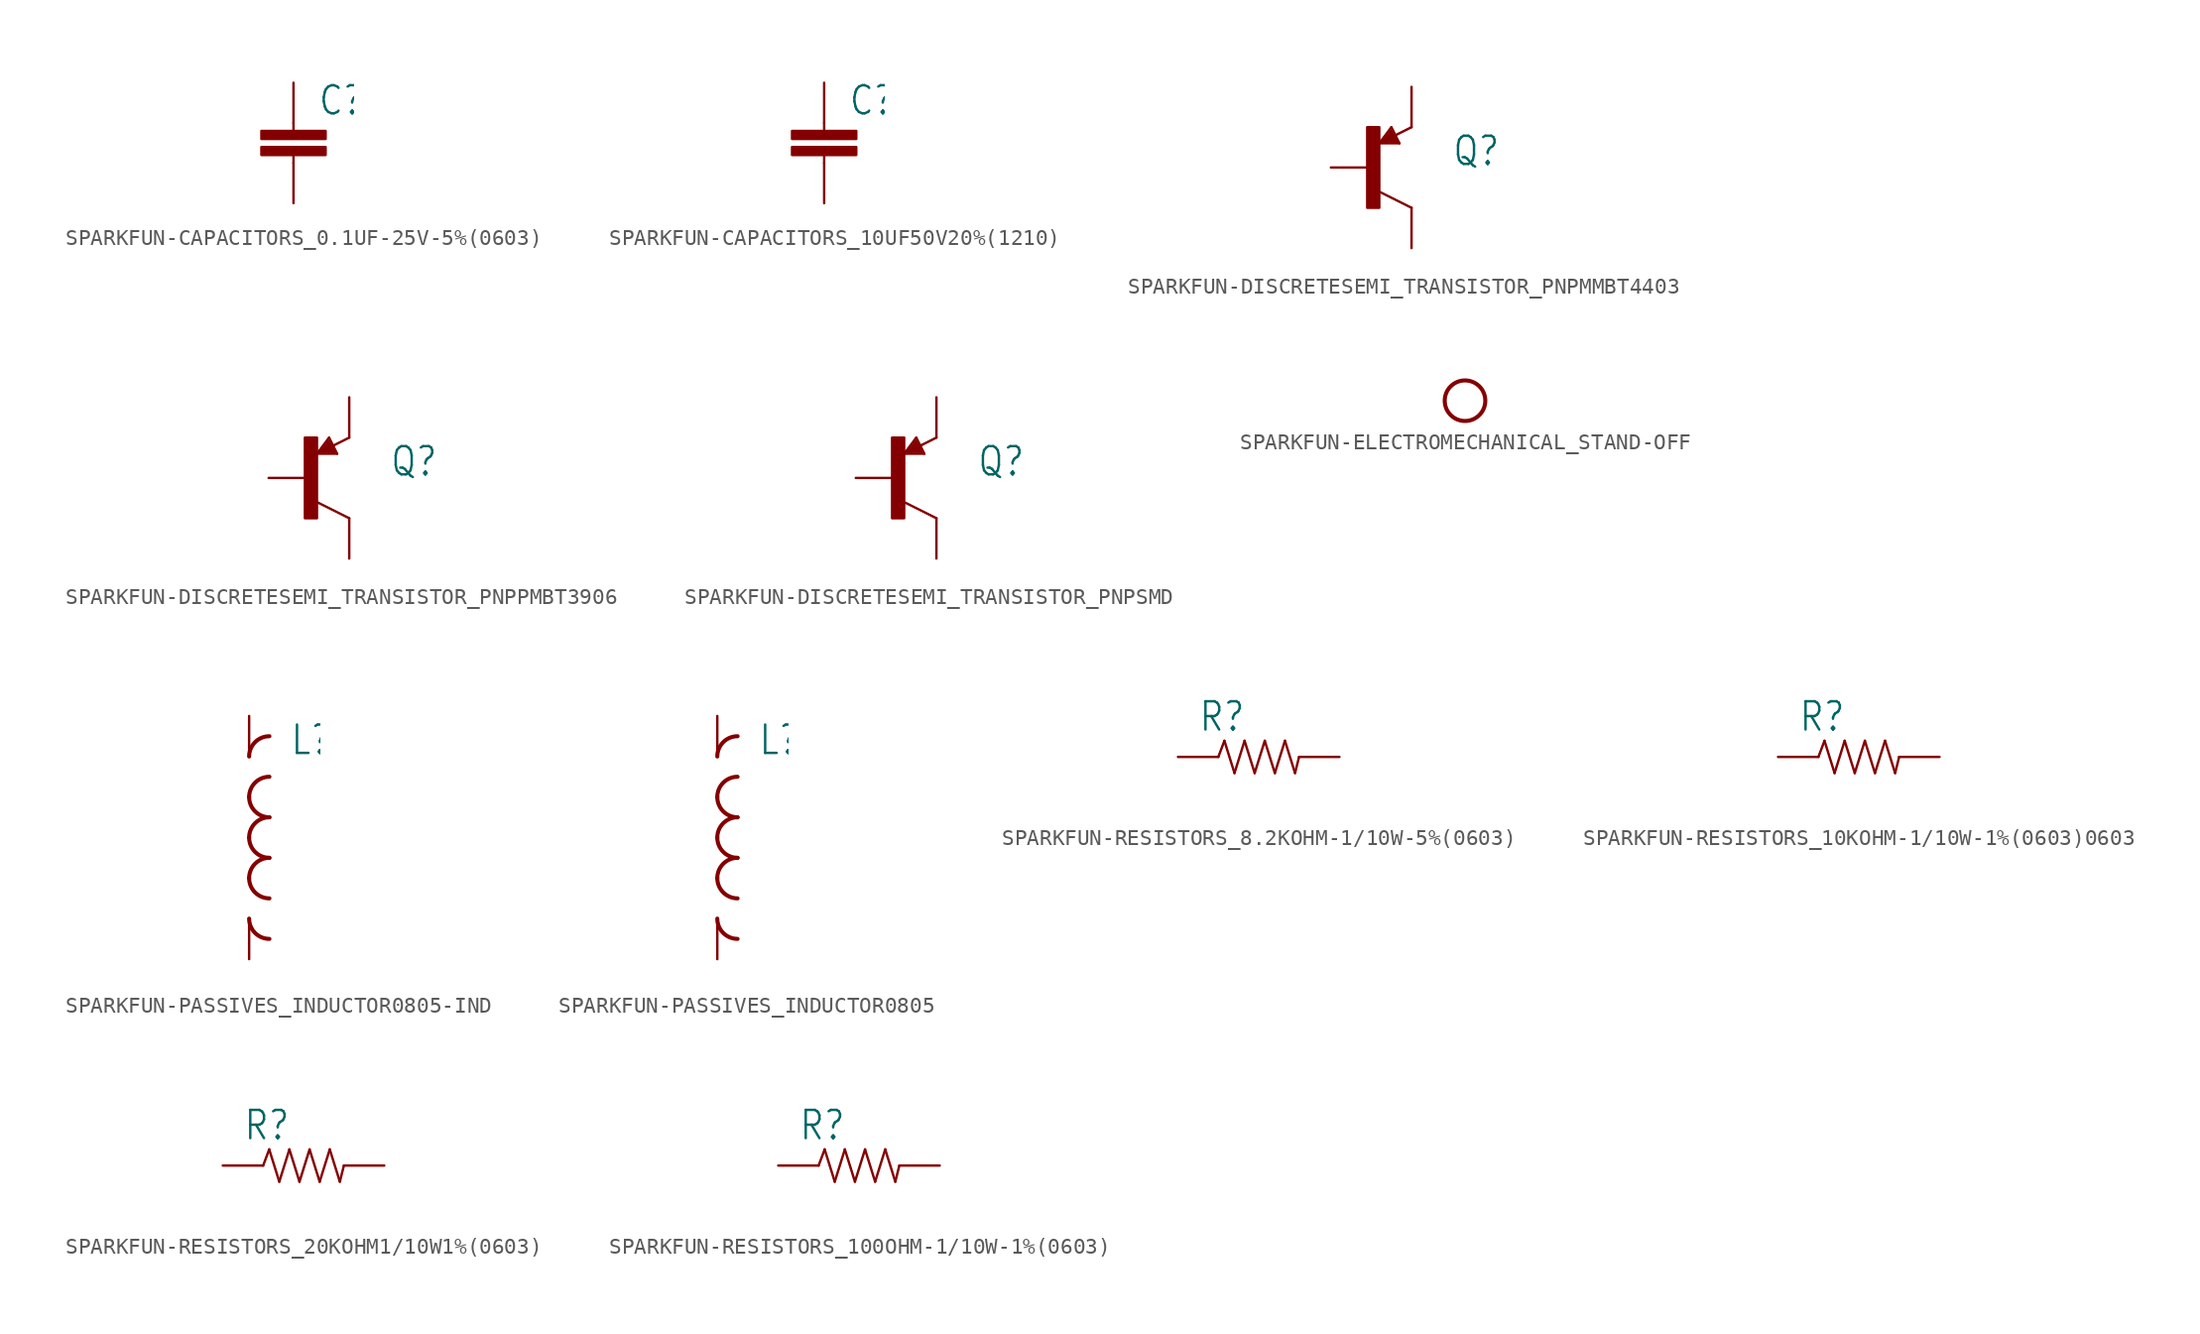
<source format=kicad_sym>
(kicad_symbol_lib
  (version 20241209)
  (generator "kicad_symbol_editor")
  (generator_version "9.0")
  (symbol "SPARKFUN-CAPACITORS_0.1UF-25V-5%(0603)"
    (property "Reference" "C"
      (at 1.524 2.921 0)
      (effects (font (size 1.778 1.511)) (justify left bottom)))
    (property "Value" ""
      (at 1.524 -2.159 0)
      (effects (font (size 1.778 1.511)) (justify left bottom)))
    (property "ki_locked" ""
      (at 0 0 0)
      (effects (font (size 1.27 1.27))))
    (symbol "SPARKFUN-CAPACITORS_0.1UF-25V-5%(0603)_1_0"
      (rectangle (start -2.032 1.524) (end 2.032 2.032) (stroke (width 0) (type default)) (fill (type outline)))
      (rectangle (start -2.032 0.508) (end 2.032 1.016) (stroke (width 0) (type default)) (fill (type outline)))
      (polyline (pts (xy 0 2.54) (xy 0 2.032)) (stroke (width 0.152) (type solid)) (fill (type none)))
      (polyline (pts (xy 0 0) (xy 0 0.508)) (stroke (width 0.152) (type solid)) (fill (type none)))
      (pin passive line (at 0 5.08 270) (length 2.54) (name "1" (effects (font (size 0 0)))) (number "1" (effects (font (size 0 0)))))
      (pin passive line (at 0 -2.54 90) (length 2.54) (name "2" (effects (font (size 0 0)))) (number "2" (effects (font (size 0 0)))))))
  (symbol "SPARKFUN-CAPACITORS_10UF50V20%(1210)"
    (property "Reference" "C"
      (at 1.524 2.921 0)
      (effects (font (size 1.778 1.511)) (justify left bottom)))
    (property "Value" ""
      (at 1.524 -2.159 0)
      (effects (font (size 1.778 1.511)) (justify left bottom)))
    (property "ki_locked" ""
      (at 0 0 0)
      (effects (font (size 1.27 1.27))))
    (symbol "SPARKFUN-CAPACITORS_10UF50V20%(1210)_1_0"
      (rectangle (start -2.032 1.524) (end 2.032 2.032) (stroke (width 0) (type default)) (fill (type outline)))
      (rectangle (start -2.032 0.508) (end 2.032 1.016) (stroke (width 0) (type default)) (fill (type outline)))
      (polyline (pts (xy 0 2.54) (xy 0 2.032)) (stroke (width 0.152) (type solid)) (fill (type none)))
      (polyline (pts (xy 0 0) (xy 0 0.508)) (stroke (width 0.152) (type solid)) (fill (type none)))
      (pin passive line (at 0 5.08 270) (length 2.54) (name "1" (effects (font (size 0 0)))) (number "1" (effects (font (size 0 0)))))
      (pin passive line (at 0 -2.54 90) (length 2.54) (name "2" (effects (font (size 0 0)))) (number "2" (effects (font (size 0 0)))))))
  (symbol "SPARKFUN-DISCRETESEMI_TRANSISTOR_PNPMMBT4403"
    (property "Reference" "Q"
      (at 5.08 0 0)
      (effects (font (size 1.778 1.511)) (justify left bottom)))
    (property "Value" ""
      (at 5.08 -2.54 0)
      (effects (font (size 1.778 1.511)) (justify left bottom)))
    (property "ki_locked" ""
      (at 0 0 0)
      (effects (font (size 1.27 1.27))))
    (symbol "SPARKFUN-DISCRETESEMI_TRANSISTOR_PNPMMBT4403_1_0"
      (rectangle (start -0.254 -2.54) (end 0.508 2.54) (stroke (width 0) (type default)) (fill (type outline)))
      (polyline (pts (xy 0.508 1.524) (xy 1.27 2.54)) (stroke (width 0.152) (type solid)) (fill (type none)))
      (polyline (pts (xy 0.508 -1.524) (xy 2.54 -2.54)) (stroke (width 0.152) (type solid)) (fill (type none)))
      (polyline (pts (xy 0.813 1.778) (xy 0.889 1.626)) (stroke (width 0.203) (type solid)) (fill (type none)))
      (polyline (pts (xy 0.94 1.88) (xy 1.041 1.651)) (stroke (width 0.203) (type solid)) (fill (type none)))
      (polyline (pts (xy 1.016 2.032) (xy 1.219 1.626)) (stroke (width 0.203) (type solid)) (fill (type none)))
      (polyline (pts (xy 1.143 2.159) (xy 1.397 1.626)) (stroke (width 0.203) (type solid)) (fill (type none)))
      (polyline (pts (xy 1.219 2.311) (xy 1.575 1.626)) (stroke (width 0.203) (type solid)) (fill (type none)))
      (polyline (pts (xy 1.27 2.54) (xy 1.778 1.524)) (stroke (width 0.152) (type solid)) (fill (type none)))
      (polyline (pts (xy 1.778 1.524) (xy 0.508 1.524)) (stroke (width 0.152) (type solid)) (fill (type none)))
      (polyline (pts (xy 2.54 2.54) (xy 0.508 1.524)) (stroke (width 0.152) (type solid)) (fill (type none)))
      (pin passive line (at -2.54 0 0) (length 2.54) (name "B" (effects (font (size 0 0)))) (number "1" (effects (font (size 0 0)))))
      (pin passive line (at 2.54 5.08 270) (length 2.54) (name "E" (effects (font (size 0 0)))) (number "2" (effects (font (size 0 0)))))
      (pin passive line (at 2.54 -5.08 90) (length 2.54) (name "C" (effects (font (size 0 0)))) (number "3" (effects (font (size 0 0)))))))
  (symbol "SPARKFUN-DISCRETESEMI_TRANSISTOR_PNPPMBT3906"
    (property "Reference" "Q"
      (at 5.08 0 0)
      (effects (font (size 1.778 1.511)) (justify left bottom)))
    (property "Value" ""
      (at 5.08 -2.54 0)
      (effects (font (size 1.778 1.511)) (justify left bottom)))
    (property "ki_locked" ""
      (at 0 0 0)
      (effects (font (size 1.27 1.27))))
    (symbol "SPARKFUN-DISCRETESEMI_TRANSISTOR_PNPPMBT3906_1_0"
      (rectangle (start -0.254 -2.54) (end 0.508 2.54) (stroke (width 0) (type default)) (fill (type outline)))
      (polyline (pts (xy 0.508 1.524) (xy 1.27 2.54)) (stroke (width 0.152) (type solid)) (fill (type none)))
      (polyline (pts (xy 0.508 -1.524) (xy 2.54 -2.54)) (stroke (width 0.152) (type solid)) (fill (type none)))
      (polyline (pts (xy 0.813 1.778) (xy 0.889 1.626)) (stroke (width 0.203) (type solid)) (fill (type none)))
      (polyline (pts (xy 0.94 1.88) (xy 1.041 1.651)) (stroke (width 0.203) (type solid)) (fill (type none)))
      (polyline (pts (xy 1.016 2.032) (xy 1.219 1.626)) (stroke (width 0.203) (type solid)) (fill (type none)))
      (polyline (pts (xy 1.143 2.159) (xy 1.397 1.626)) (stroke (width 0.203) (type solid)) (fill (type none)))
      (polyline (pts (xy 1.219 2.311) (xy 1.575 1.626)) (stroke (width 0.203) (type solid)) (fill (type none)))
      (polyline (pts (xy 1.27 2.54) (xy 1.778 1.524)) (stroke (width 0.152) (type solid)) (fill (type none)))
      (polyline (pts (xy 1.778 1.524) (xy 0.508 1.524)) (stroke (width 0.152) (type solid)) (fill (type none)))
      (polyline (pts (xy 2.54 2.54) (xy 0.508 1.524)) (stroke (width 0.152) (type solid)) (fill (type none)))
      (pin passive line (at -2.54 0 0) (length 2.54) (name "B" (effects (font (size 0 0)))) (number "1" (effects (font (size 0 0)))))
      (pin passive line (at 2.54 5.08 270) (length 2.54) (name "E" (effects (font (size 0 0)))) (number "2" (effects (font (size 0 0)))))
      (pin passive line (at 2.54 -5.08 90) (length 2.54) (name "C" (effects (font (size 0 0)))) (number "3" (effects (font (size 0 0)))))))
  (symbol "SPARKFUN-DISCRETESEMI_TRANSISTOR_PNPSMD"
    (property "Reference" "Q"
      (at 5.08 0 0)
      (effects (font (size 1.778 1.511)) (justify left bottom)))
    (property "Value" ""
      (at 5.08 -2.54 0)
      (effects (font (size 1.778 1.511)) (justify left bottom)))
    (property "ki_locked" ""
      (at 0 0 0)
      (effects (font (size 1.27 1.27))))
    (symbol "SPARKFUN-DISCRETESEMI_TRANSISTOR_PNPSMD_1_0"
      (rectangle (start -0.254 -2.54) (end 0.508 2.54) (stroke (width 0) (type default)) (fill (type outline)))
      (polyline (pts (xy 0.508 1.524) (xy 1.27 2.54)) (stroke (width 0.152) (type solid)) (fill (type none)))
      (polyline (pts (xy 0.508 -1.524) (xy 2.54 -2.54)) (stroke (width 0.152) (type solid)) (fill (type none)))
      (polyline (pts (xy 0.813 1.778) (xy 0.889 1.626)) (stroke (width 0.203) (type solid)) (fill (type none)))
      (polyline (pts (xy 0.94 1.88) (xy 1.041 1.651)) (stroke (width 0.203) (type solid)) (fill (type none)))
      (polyline (pts (xy 1.016 2.032) (xy 1.219 1.626)) (stroke (width 0.203) (type solid)) (fill (type none)))
      (polyline (pts (xy 1.143 2.159) (xy 1.397 1.626)) (stroke (width 0.203) (type solid)) (fill (type none)))
      (polyline (pts (xy 1.219 2.311) (xy 1.575 1.626)) (stroke (width 0.203) (type solid)) (fill (type none)))
      (polyline (pts (xy 1.27 2.54) (xy 1.778 1.524)) (stroke (width 0.152) (type solid)) (fill (type none)))
      (polyline (pts (xy 1.778 1.524) (xy 0.508 1.524)) (stroke (width 0.152) (type solid)) (fill (type none)))
      (polyline (pts (xy 2.54 2.54) (xy 0.508 1.524)) (stroke (width 0.152) (type solid)) (fill (type none)))
      (pin passive line (at -2.54 0 0) (length 2.54) (name "B" (effects (font (size 0 0)))) (number "1" (effects (font (size 0 0)))))
      (pin passive line (at 2.54 5.08 270) (length 2.54) (name "E" (effects (font (size 0 0)))) (number "2" (effects (font (size 0 0)))))
      (pin passive line (at 2.54 -5.08 90) (length 2.54) (name "C" (effects (font (size 0 0)))) (number "3" (effects (font (size 0 0)))))))
  (symbol "SPARKFUN-ELECTROMECHANICAL_STAND-OFF"
    (property "Reference" "H"
      (at 0 0 0)
      (effects (font (size 1.27 1.27)) (hide yes)))
    (property "ki_locked" ""
      (at 0 0 0)
      (effects (font (size 1.27 1.27))))
    (symbol "SPARKFUN-ELECTROMECHANICAL_STAND-OFF_1_0"
      (circle (center 0 0) (radius 1.27) (stroke (width 0.254) (type solid)) (fill (type none)))))
  (symbol "SPARKFUN-PASSIVES_INDUCTOR0805-IND"
    (property "Reference" "L"
      (at 2.54 5.08 0)
      (effects (font (size 1.778 1.511)) (justify left bottom)))
    (property "Value" ""
      (at 2.54 -5.08 0)
      (effects (font (size 1.778 1.511)) (justify left bottom)))
    (property "ki_locked" ""
      (at 0 0 0)
      (effects (font (size 1.27 1.27))))
    (symbol "SPARKFUN-PASSIVES_INDUCTOR0805-IND_1_0"
      (arc (start 0 5.08) (mid 0.372 5.978) (end 1.27 6.35) (stroke (width 0.254) (type solid)) (fill (type none)))
      (arc (start 0 2.54) (mid 0.372 3.438) (end 1.27 3.81) (stroke (width 0.254) (type solid)) (fill (type none)))
      (arc (start 1.27 1.27) (mid 0.372 1.642) (end 0 2.54) (stroke (width 0.254) (type solid)) (fill (type none)))
      (arc (start 0 0) (mid 0.372 0.898) (end 1.27 1.27) (stroke (width 0.254) (type solid)) (fill (type none)))
      (arc (start 1.27 -1.27) (mid 0.372 -0.898) (end 0 0) (stroke (width 0.254) (type solid)) (fill (type none)))
      (arc (start 0 -2.54) (mid 0.372 -1.642) (end 1.27 -1.27) (stroke (width 0.254) (type solid)) (fill (type none)))
      (arc (start 1.27 -3.81) (mid 0.372 -3.438) (end 0 -2.54) (stroke (width 0.254) (type solid)) (fill (type none)))
      (arc (start 1.27 -6.35) (mid 0.372 -5.978) (end 0 -5.08) (stroke (width 0.254) (type solid)) (fill (type none)))
      (pin passive line (at 0 7.62 270) (length 2.54) (name "1" (effects (font (size 0 0)))) (number "1" (effects (font (size 0 0)))))
      (pin passive line (at 0 -7.62 90) (length 2.54) (name "2" (effects (font (size 0 0)))) (number "2" (effects (font (size 0 0)))))))
  (symbol "SPARKFUN-PASSIVES_INDUCTOR0805"
    (property "Reference" "L"
      (at 2.54 5.08 0)
      (effects (font (size 1.778 1.511)) (justify left bottom)))
    (property "Value" ""
      (at 2.54 -5.08 0)
      (effects (font (size 1.778 1.511)) (justify left bottom)))
    (property "ki_locked" ""
      (at 0 0 0)
      (effects (font (size 1.27 1.27))))
    (symbol "SPARKFUN-PASSIVES_INDUCTOR0805_1_0"
      (arc (start 0 5.08) (mid 0.372 5.978) (end 1.27 6.35) (stroke (width 0.254) (type solid)) (fill (type none)))
      (arc (start 0 2.54) (mid 0.372 3.438) (end 1.27 3.81) (stroke (width 0.254) (type solid)) (fill (type none)))
      (arc (start 1.27 1.27) (mid 0.372 1.642) (end 0 2.54) (stroke (width 0.254) (type solid)) (fill (type none)))
      (arc (start 0 0) (mid 0.372 0.898) (end 1.27 1.27) (stroke (width 0.254) (type solid)) (fill (type none)))
      (arc (start 1.27 -1.27) (mid 0.372 -0.898) (end 0 0) (stroke (width 0.254) (type solid)) (fill (type none)))
      (arc (start 0 -2.54) (mid 0.372 -1.642) (end 1.27 -1.27) (stroke (width 0.254) (type solid)) (fill (type none)))
      (arc (start 1.27 -3.81) (mid 0.372 -3.438) (end 0 -2.54) (stroke (width 0.254) (type solid)) (fill (type none)))
      (arc (start 1.27 -6.35) (mid 0.372 -5.978) (end 0 -5.08) (stroke (width 0.254) (type solid)) (fill (type none)))
      (pin passive line (at 0 7.62 270) (length 2.54) (name "1" (effects (font (size 0 0)))) (number "1" (effects (font (size 0 0)))))
      (pin passive line (at 0 -7.62 90) (length 2.54) (name "2" (effects (font (size 0 0)))) (number "2" (effects (font (size 0 0)))))))
  (symbol "SPARKFUN-RESISTORS_8.2KOHM-1/10W-5%(0603)"
    (property "Reference" "R"
      (at -3.81 1.499 0)
      (effects (font (size 1.778 1.511)) (justify left bottom)))
    (property "Value" ""
      (at -3.81 -3.302 0)
      (effects (font (size 1.778 1.511)) (justify left bottom)))
    (property "ki_locked" ""
      (at 0 0 0)
      (effects (font (size 1.27 1.27))))
    (symbol "SPARKFUN-RESISTORS_8.2KOHM-1/10W-5%(0603)_1_0"
      (polyline (pts (xy -2.54 0) (xy -2.159 1.016)) (stroke (width 0.152) (type solid)) (fill (type none)))
      (polyline (pts (xy -2.159 1.016) (xy -1.524 -1.016)) (stroke (width 0.152) (type solid)) (fill (type none)))
      (polyline (pts (xy -1.524 -1.016) (xy -0.889 1.016)) (stroke (width 0.152) (type solid)) (fill (type none)))
      (polyline (pts (xy -0.889 1.016) (xy -0.254 -1.016)) (stroke (width 0.152) (type solid)) (fill (type none)))
      (polyline (pts (xy -0.254 -1.016) (xy 0.381 1.016)) (stroke (width 0.152) (type solid)) (fill (type none)))
      (polyline (pts (xy 0.381 1.016) (xy 1.016 -1.016)) (stroke (width 0.152) (type solid)) (fill (type none)))
      (polyline (pts (xy 1.016 -1.016) (xy 1.651 1.016)) (stroke (width 0.152) (type solid)) (fill (type none)))
      (polyline (pts (xy 1.651 1.016) (xy 2.286 -1.016)) (stroke (width 0.152) (type solid)) (fill (type none)))
      (polyline (pts (xy 2.286 -1.016) (xy 2.54 0)) (stroke (width 0.152) (type solid)) (fill (type none)))
      (pin passive line (at -5.08 0 0) (length 2.54) (name "1" (effects (font (size 0 0)))) (number "1" (effects (font (size 0 0)))))
      (pin passive line (at 5.08 0 180) (length 2.54) (name "2" (effects (font (size 0 0)))) (number "2" (effects (font (size 0 0)))))))
  (symbol "SPARKFUN-RESISTORS_10KOHM-1/10W-1%(0603)0603"
    (property "Reference" "R"
      (at -3.81 1.499 0)
      (effects (font (size 1.778 1.511)) (justify left bottom)))
    (property "Value" ""
      (at -3.81 -3.302 0)
      (effects (font (size 1.778 1.511)) (justify left bottom)))
    (property "ki_locked" ""
      (at 0 0 0)
      (effects (font (size 1.27 1.27))))
    (symbol "SPARKFUN-RESISTORS_10KOHM-1/10W-1%(0603)0603_1_0"
      (polyline (pts (xy -2.54 0) (xy -2.159 1.016)) (stroke (width 0.152) (type solid)) (fill (type none)))
      (polyline (pts (xy -2.159 1.016) (xy -1.524 -1.016)) (stroke (width 0.152) (type solid)) (fill (type none)))
      (polyline (pts (xy -1.524 -1.016) (xy -0.889 1.016)) (stroke (width 0.152) (type solid)) (fill (type none)))
      (polyline (pts (xy -0.889 1.016) (xy -0.254 -1.016)) (stroke (width 0.152) (type solid)) (fill (type none)))
      (polyline (pts (xy -0.254 -1.016) (xy 0.381 1.016)) (stroke (width 0.152) (type solid)) (fill (type none)))
      (polyline (pts (xy 0.381 1.016) (xy 1.016 -1.016)) (stroke (width 0.152) (type solid)) (fill (type none)))
      (polyline (pts (xy 1.016 -1.016) (xy 1.651 1.016)) (stroke (width 0.152) (type solid)) (fill (type none)))
      (polyline (pts (xy 1.651 1.016) (xy 2.286 -1.016)) (stroke (width 0.152) (type solid)) (fill (type none)))
      (polyline (pts (xy 2.286 -1.016) (xy 2.54 0)) (stroke (width 0.152) (type solid)) (fill (type none)))
      (pin passive line (at -5.08 0 0) (length 2.54) (name "1" (effects (font (size 0 0)))) (number "1" (effects (font (size 0 0)))))
      (pin passive line (at 5.08 0 180) (length 2.54) (name "2" (effects (font (size 0 0)))) (number "2" (effects (font (size 0 0)))))))
  (symbol "SPARKFUN-RESISTORS_20KOHM1/10W1%(0603)"
    (property "Reference" "R"
      (at -3.81 1.499 0)
      (effects (font (size 1.778 1.511)) (justify left bottom)))
    (property "Value" ""
      (at -3.81 -3.302 0)
      (effects (font (size 1.778 1.511)) (justify left bottom)))
    (property "ki_locked" ""
      (at 0 0 0)
      (effects (font (size 1.27 1.27))))
    (symbol "SPARKFUN-RESISTORS_20KOHM1/10W1%(0603)_1_0"
      (polyline (pts (xy -2.54 0) (xy -2.159 1.016)) (stroke (width 0.152) (type solid)) (fill (type none)))
      (polyline (pts (xy -2.159 1.016) (xy -1.524 -1.016)) (stroke (width 0.152) (type solid)) (fill (type none)))
      (polyline (pts (xy -1.524 -1.016) (xy -0.889 1.016)) (stroke (width 0.152) (type solid)) (fill (type none)))
      (polyline (pts (xy -0.889 1.016) (xy -0.254 -1.016)) (stroke (width 0.152) (type solid)) (fill (type none)))
      (polyline (pts (xy -0.254 -1.016) (xy 0.381 1.016)) (stroke (width 0.152) (type solid)) (fill (type none)))
      (polyline (pts (xy 0.381 1.016) (xy 1.016 -1.016)) (stroke (width 0.152) (type solid)) (fill (type none)))
      (polyline (pts (xy 1.016 -1.016) (xy 1.651 1.016)) (stroke (width 0.152) (type solid)) (fill (type none)))
      (polyline (pts (xy 1.651 1.016) (xy 2.286 -1.016)) (stroke (width 0.152) (type solid)) (fill (type none)))
      (polyline (pts (xy 2.286 -1.016) (xy 2.54 0)) (stroke (width 0.152) (type solid)) (fill (type none)))
      (pin passive line (at -5.08 0 0) (length 2.54) (name "1" (effects (font (size 0 0)))) (number "1" (effects (font (size 0 0)))))
      (pin passive line (at 5.08 0 180) (length 2.54) (name "2" (effects (font (size 0 0)))) (number "2" (effects (font (size 0 0)))))))
  (symbol "SPARKFUN-RESISTORS_100OHM-1/10W-1%(0603)"
    (property "Reference" "R"
      (at -3.81 1.499 0)
      (effects (font (size 1.778 1.511)) (justify left bottom)))
    (property "Value" ""
      (at -3.81 -3.302 0)
      (effects (font (size 1.778 1.511)) (justify left bottom)))
    (property "ki_locked" ""
      (at 0 0 0)
      (effects (font (size 1.27 1.27))))
    (symbol "SPARKFUN-RESISTORS_100OHM-1/10W-1%(0603)_1_0"
      (polyline (pts (xy -2.54 0) (xy -2.159 1.016)) (stroke (width 0.152) (type solid)) (fill (type none)))
      (polyline (pts (xy -2.159 1.016) (xy -1.524 -1.016)) (stroke (width 0.152) (type solid)) (fill (type none)))
      (polyline (pts (xy -1.524 -1.016) (xy -0.889 1.016)) (stroke (width 0.152) (type solid)) (fill (type none)))
      (polyline (pts (xy -0.889 1.016) (xy -0.254 -1.016)) (stroke (width 0.152) (type solid)) (fill (type none)))
      (polyline (pts (xy -0.254 -1.016) (xy 0.381 1.016)) (stroke (width 0.152) (type solid)) (fill (type none)))
      (polyline (pts (xy 0.381 1.016) (xy 1.016 -1.016)) (stroke (width 0.152) (type solid)) (fill (type none)))
      (polyline (pts (xy 1.016 -1.016) (xy 1.651 1.016)) (stroke (width 0.152) (type solid)) (fill (type none)))
      (polyline (pts (xy 1.651 1.016) (xy 2.286 -1.016)) (stroke (width 0.152) (type solid)) (fill (type none)))
      (polyline (pts (xy 2.286 -1.016) (xy 2.54 0)) (stroke (width 0.152) (type solid)) (fill (type none)))
      (pin passive line (at -5.08 0 0) (length 2.54) (name "1" (effects (font (size 0 0)))) (number "1" (effects (font (size 0 0)))))
      (pin passive line (at 5.08 0 180) (length 2.54) (name "2" (effects (font (size 0 0)))) (number "2" (effects (font (size 0 0))))))))
</source>
